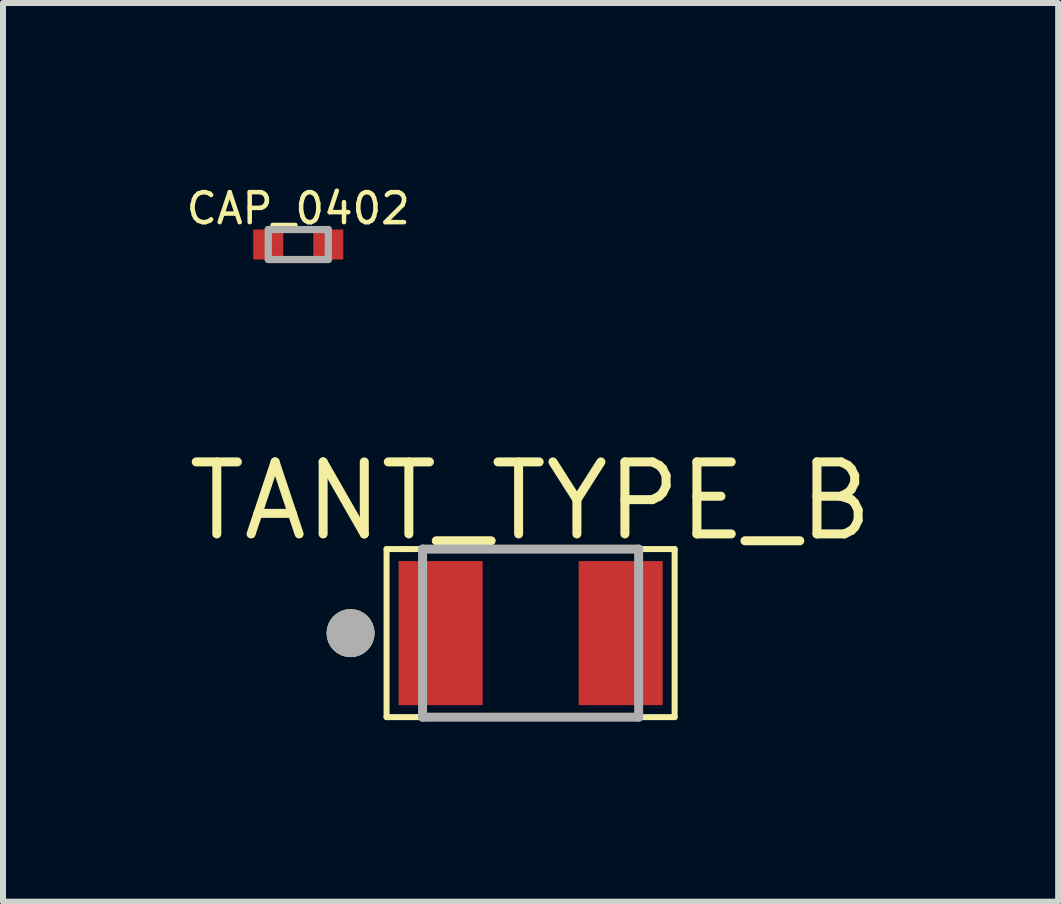
<source format=kicad_pcb>
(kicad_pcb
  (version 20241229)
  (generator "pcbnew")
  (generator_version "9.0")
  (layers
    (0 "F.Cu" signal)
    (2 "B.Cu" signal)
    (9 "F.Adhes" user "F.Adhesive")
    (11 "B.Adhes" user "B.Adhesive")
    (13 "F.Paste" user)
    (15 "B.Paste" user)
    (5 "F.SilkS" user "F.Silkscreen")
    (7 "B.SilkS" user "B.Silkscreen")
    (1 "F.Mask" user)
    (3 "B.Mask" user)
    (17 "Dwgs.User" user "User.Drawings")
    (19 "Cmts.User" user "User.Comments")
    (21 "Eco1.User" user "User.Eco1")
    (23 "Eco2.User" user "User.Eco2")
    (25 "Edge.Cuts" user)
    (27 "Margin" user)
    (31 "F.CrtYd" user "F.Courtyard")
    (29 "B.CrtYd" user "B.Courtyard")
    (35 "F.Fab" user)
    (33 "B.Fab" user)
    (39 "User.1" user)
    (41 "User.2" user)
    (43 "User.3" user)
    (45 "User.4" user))
  (footprint "CAP_0402"
    (layer "F.Cu")
    (at 1.92 1.024)
    (property "Reference" "CAP_0402" (at 0 -0.6 0) (layer "F.SilkS") (effects (font (size 0.5 0.5) (thickness 0.075))))
    (attr smd)
    (fp_line (start -0.5 -0.25) (end 0.5 -0.25) (stroke (width 0.12) (type solid)) (layer "F.Fab"))
    (fp_line (start -0.5 0) (end -0.5 -0.25) (stroke (width 0.12) (type solid)) (layer "F.Fab"))
    (fp_line (start -0.5 0.25) (end -0.5 0) (stroke (width 0.12) (type solid)) (layer "F.Fab"))
    (fp_line (start 0.5 -0.25) (end 0.5 0.25) (stroke (width 0.12) (type solid)) (layer "F.Fab"))
    (fp_line (start 0.5 0.25) (end -0.5 0.25) (stroke (width 0.12) (type solid)) (layer "F.Fab"))
    (pad "1" smd rect (at -0.5 0) (size 0.5 0.5) (layers "F.Cu" "F.Mask" "F.Paste"))
    (pad "2" smd rect (at 0.5 0) (size 0.5 0.5) (layers "F.Cu" "F.Mask" "F.Paste")))
  (footprint "TANT_TYPE_B"
    (layer "F.Cu")
    (at 5.791 7.499)
    (property "Reference" "TANT_TYPE_B" (at 0 -2.2 0) (layer "F.SilkS") (effects (font (size 1.2 1.2) (thickness 0.15))))
    (attr through_hole)
    (fp_line (start -2.4 -1.4) (end -2.1 -1.4) (stroke (width 0.1) (type solid)) (layer "F.SilkS"))
    (fp_line (start -2.4 1.4) (end -2.4 -1.4) (stroke (width 0.1) (type solid)) (layer "F.SilkS"))
    (fp_line (start -2.1 -1.4) (end 2.4 -1.4) (stroke (width 0.1) (type solid)) (layer "F.SilkS"))
    (fp_line (start 2.4 -1.4) (end 2.4 1.4) (stroke (width 0.1) (type solid)) (layer "F.SilkS"))
    (fp_line (start 2.4 1.4) (end -2.4 1.4) (stroke (width 0.1) (type solid)) (layer "F.SilkS"))
    (fp_circle (center -3 0) (end -2.8 0) (stroke (width 0.4) (type solid)) (fill no) (layer "F.SilkS"))
    (fp_line (start -1.8 -1.4) (end 1.8 -1.4) (stroke (width 0.15) (type solid)) (layer "F.Fab"))
    (fp_line (start -1.8 0) (end -1.8 -1.4) (stroke (width 0.15) (type solid)) (layer "F.Fab"))
    (fp_line (start -1.8 1.4) (end -1.8 0) (stroke (width 0.15) (type solid)) (layer "F.Fab"))
    (fp_line (start 1.8 -1.4) (end 1.8 1.4) (stroke (width 0.15) (type solid)) (layer "F.Fab"))
    (fp_line (start 1.8 1.4) (end -1.8 1.4) (stroke (width 0.15) (type solid)) (layer "F.Fab"))
    (fp_circle (center -3 0) (end -2.8 0) (stroke (width 0.4) (type solid)) (fill no) (layer "F.Fab"))
    (pad "1" smd rect (at -1.5 0) (size 1.4 2.4) (layers "F.Cu" "F.Mask" "F.Paste"))
    (pad "2" smd rect (at 1.5 0) (size 1.4 2.4) (layers "F.Cu" "F.Mask" "F.Paste")))
  (gr_rect
    (start -3 -3)
    (end 14.581 11.974)
    (stroke (width 0.1) (type default))
    (fill no)
    (layer "Edge.Cuts")))
</source>
